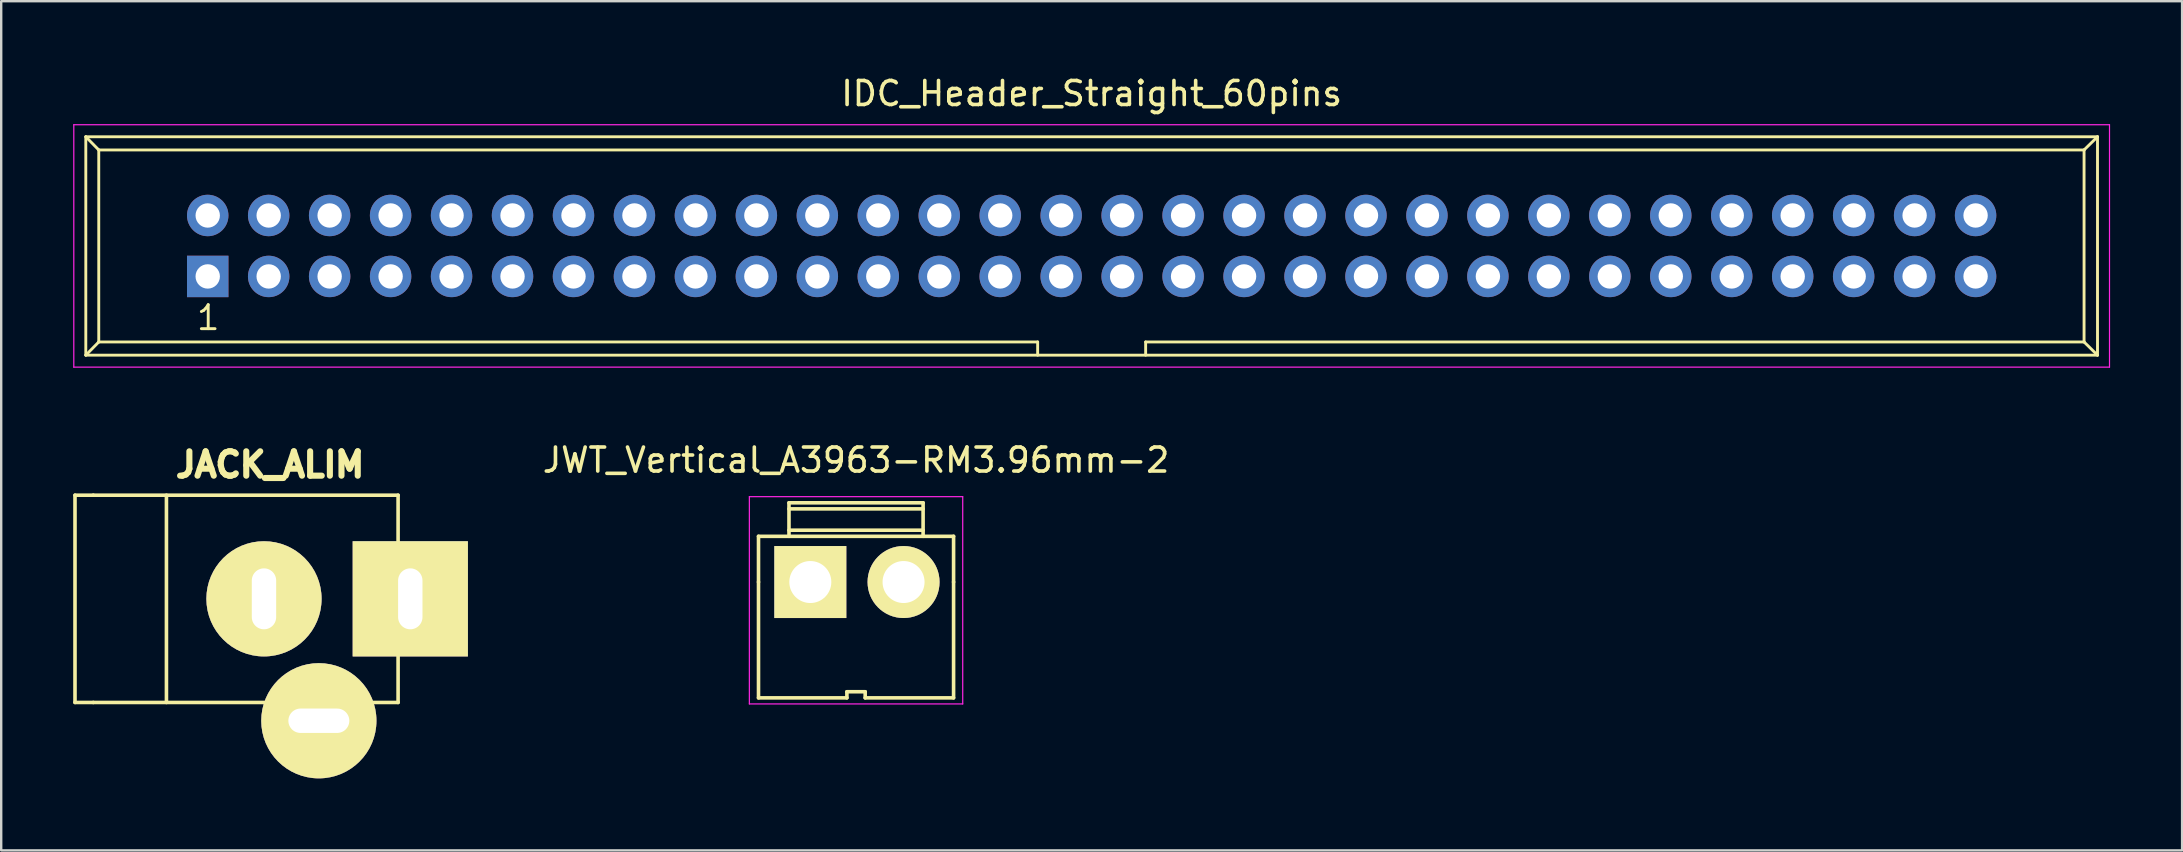
<source format=kicad_pcb>
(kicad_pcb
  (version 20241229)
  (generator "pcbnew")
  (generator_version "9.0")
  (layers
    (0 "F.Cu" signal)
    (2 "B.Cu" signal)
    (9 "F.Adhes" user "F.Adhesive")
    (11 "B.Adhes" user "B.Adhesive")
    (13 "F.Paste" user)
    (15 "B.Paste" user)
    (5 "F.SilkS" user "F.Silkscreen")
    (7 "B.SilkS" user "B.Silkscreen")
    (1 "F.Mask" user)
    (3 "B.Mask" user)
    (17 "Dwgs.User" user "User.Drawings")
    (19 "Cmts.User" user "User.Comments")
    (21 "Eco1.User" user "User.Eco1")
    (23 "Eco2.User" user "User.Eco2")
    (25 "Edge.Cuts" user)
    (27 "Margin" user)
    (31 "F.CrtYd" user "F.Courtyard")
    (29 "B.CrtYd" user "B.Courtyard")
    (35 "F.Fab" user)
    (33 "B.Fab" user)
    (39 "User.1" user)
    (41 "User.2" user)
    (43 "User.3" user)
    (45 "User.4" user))
  (footprint "JWT_Vertical_A3963-RM3.96mm-2"
    (layer "F.Cu")
    (at 30.713 21.201)
    (property "Reference" "JWT_Vertical_A3963-RM3.96mm-2" (at 1.905 -5.08 0) (layer "F.SilkS") (effects (font (size 1 1) (thickness 0.15))))
    (attr through_hole)
    (fp_line (start -2.159 -1.905) (end -2.159 0) (stroke (width 0.15) (type solid)) (layer "F.SilkS"))
    (fp_line (start -2.159 -1.905) (end 5.969 -1.905) (stroke (width 0.15) (type solid)) (layer "F.SilkS"))
    (fp_line (start -2.159 0) (end -2.159 4.826) (stroke (width 0.15) (type solid)) (layer "F.SilkS"))
    (fp_line (start -0.889 -3.302) (end 4.699 -3.302) (stroke (width 0.15) (type solid)) (layer "F.SilkS"))
    (fp_line (start -0.889 -3.048) (end 4.699 -3.048) (stroke (width 0.15) (type solid)) (layer "F.SilkS"))
    (fp_line (start -0.889 -2.159) (end 4.699 -2.159) (stroke (width 0.15) (type solid)) (layer "F.SilkS"))
    (fp_line (start -0.889 -1.905) (end -0.889 -3.302) (stroke (width 0.15) (type solid)) (layer "F.SilkS"))
    (fp_line (start 1.524 4.572) (end 2.286 4.572) (stroke (width 0.15) (type solid)) (layer "F.SilkS"))
    (fp_line (start 1.524 4.826) (end -2.159 4.826) (stroke (width 0.15) (type solid)) (layer "F.SilkS"))
    (fp_line (start 1.524 4.826) (end 1.524 4.572) (stroke (width 0.15) (type solid)) (layer "F.SilkS"))
    (fp_line (start 2.286 4.572) (end 2.286 4.826) (stroke (width 0.15) (type solid)) (layer "F.SilkS"))
    (fp_line (start 2.286 4.826) (end 5.969 4.826) (stroke (width 0.15) (type solid)) (layer "F.SilkS"))
    (fp_line (start 4.699 -1.905) (end 4.699 -3.302) (stroke (width 0.15) (type solid)) (layer "F.SilkS"))
    (fp_line (start 5.969 -1.905) (end 5.969 0) (stroke (width 0.15) (type solid)) (layer "F.SilkS"))
    (fp_line (start 5.969 4.826) (end 5.969 0) (stroke (width 0.15) (type solid)) (layer "F.SilkS"))
    (fp_line (start -2.54 -3.556) (end 6.35 -3.556) (stroke (width 0.05) (type solid)) (layer "F.CrtYd"))
    (fp_line (start -2.54 5.08) (end -2.54 -3.556) (stroke (width 0.05) (type solid)) (layer "F.CrtYd"))
    (fp_line (start 6.35 -3.556) (end 6.35 5.08) (stroke (width 0.05) (type solid)) (layer "F.CrtYd"))
    (fp_line (start 6.35 5.08) (end -2.54 5.08) (stroke (width 0.05) (type solid)) (layer "F.CrtYd"))
    (pad "1" thru_hole rect (at 0 0) (size 3 3) (drill 1.75) (layers "*.Cu" "*.Mask" "F.SilkS"))
    (pad "2" thru_hole circle (at 3.885 0) (size 3 3) (drill 1.75) (layers "*.Cu" "*.Mask" "F.SilkS")))
  (footprint "IDC_Header_Straight_60pins"
    (layer "F.Cu")
    (at 5.605 8.468)
    (property "Reference" "IDC_Header_Straight_60pins" (at 36.83 -7.62 0) (layer "F.SilkS") (effects (font (size 1 1) (thickness 0.15))))
    (attr through_hole)
    (fp_line (start -5.08 -5.82) (end -5.08 3.28) (stroke (width 0.12) (type solid)) (layer "F.SilkS"))
    (fp_line (start -5.08 -5.82) (end -4.54 -5.27) (stroke (width 0.12) (type solid)) (layer "F.SilkS"))
    (fp_line (start -5.08 -5.82) (end 78.74 -5.82) (stroke (width 0.12) (type solid)) (layer "F.SilkS"))
    (fp_line (start -5.08 3.28) (end -4.54 2.73) (stroke (width 0.12) (type solid)) (layer "F.SilkS"))
    (fp_line (start -5.08 3.28) (end 78.74 3.28) (stroke (width 0.12) (type solid)) (layer "F.SilkS"))
    (fp_line (start -4.54 -5.27) (end -4.54 2.73) (stroke (width 0.12) (type solid)) (layer "F.SilkS"))
    (fp_line (start -4.54 -5.27) (end 78.18 -5.27) (stroke (width 0.12) (type solid)) (layer "F.SilkS"))
    (fp_line (start -4.54 2.73) (end 34.58 2.73) (stroke (width 0.12) (type solid)) (layer "F.SilkS"))
    (fp_line (start 34.58 2.73) (end 34.58 3.28) (stroke (width 0.12) (type solid)) (layer "F.SilkS"))
    (fp_line (start 39.08 2.73) (end 39.08 3.28) (stroke (width 0.12) (type solid)) (layer "F.SilkS"))
    (fp_line (start 39.08 2.73) (end 78.18 2.73) (stroke (width 0.12) (type solid)) (layer "F.SilkS"))
    (fp_line (start 78.18 -5.27) (end 78.18 2.73) (stroke (width 0.12) (type solid)) (layer "F.SilkS"))
    (fp_line (start 78.74 -5.82) (end 78.18 -5.27) (stroke (width 0.12) (type solid)) (layer "F.SilkS"))
    (fp_line (start 78.74 -5.82) (end 78.74 3.28) (stroke (width 0.12) (type solid)) (layer "F.SilkS"))
    (fp_line (start 78.74 3.28) (end 78.18 2.73) (stroke (width 0.12) (type solid)) (layer "F.SilkS"))
    (fp_line (start -5.58 -6.32) (end 79.24 -6.32) (stroke (width 0.05) (type solid)) (layer "F.CrtYd"))
    (fp_line (start -5.58 3.78) (end -5.58 -6.32) (stroke (width 0.05) (type solid)) (layer "F.CrtYd"))
    (fp_line (start 79.24 -6.32) (end 79.24 3.78) (stroke (width 0.05) (type solid)) (layer "F.CrtYd"))
    (fp_line (start 79.24 3.78) (end -5.58 3.78) (stroke (width 0.05) (type solid)) (layer "F.CrtYd"))
    (fp_text user "1" (at 0.02 1.72 0) (layer "F.SilkS") (effects (font (size 1 1) (thickness 0.12))))
    (pad "1" thru_hole rect (at 0 0) (size 1.727 1.727) (drill 1.016) (layers "*.Cu" "*.Mask"))
    (pad "2" thru_hole oval (at 0 -2.54) (size 1.727 1.727) (drill 1.016) (layers "*.Cu" "*.Mask"))
    (pad "3" thru_hole oval (at 2.54 0) (size 1.727 1.727) (drill 1.016) (layers "*.Cu" "*.Mask"))
    (pad "4" thru_hole oval (at 2.54 -2.54) (size 1.727 1.727) (drill 1.016) (layers "*.Cu" "*.Mask"))
    (pad "5" thru_hole oval (at 5.08 0) (size 1.727 1.727) (drill 1.016) (layers "*.Cu" "*.Mask"))
    (pad "6" thru_hole oval (at 5.08 -2.54) (size 1.727 1.727) (drill 1.016) (layers "*.Cu" "*.Mask"))
    (pad "7" thru_hole oval (at 7.62 0) (size 1.727 1.727) (drill 1.016) (layers "*.Cu" "*.Mask"))
    (pad "8" thru_hole oval (at 7.62 -2.54) (size 1.727 1.727) (drill 1.016) (layers "*.Cu" "*.Mask"))
    (pad "9" thru_hole oval (at 10.16 0) (size 1.727 1.727) (drill 1.016) (layers "*.Cu" "*.Mask"))
    (pad "10" thru_hole oval (at 10.16 -2.54) (size 1.727 1.727) (drill 1.016) (layers "*.Cu" "*.Mask"))
    (pad "11" thru_hole oval (at 12.7 0) (size 1.727 1.727) (drill 1.016) (layers "*.Cu" "*.Mask"))
    (pad "12" thru_hole oval (at 12.7 -2.54) (size 1.727 1.727) (drill 1.016) (layers "*.Cu" "*.Mask"))
    (pad "13" thru_hole oval (at 15.24 0) (size 1.727 1.727) (drill 1.016) (layers "*.Cu" "*.Mask"))
    (pad "14" thru_hole oval (at 15.24 -2.54) (size 1.727 1.727) (drill 1.016) (layers "*.Cu" "*.Mask"))
    (pad "15" thru_hole oval (at 17.78 0) (size 1.727 1.727) (drill 1.016) (layers "*.Cu" "*.Mask"))
    (pad "16" thru_hole oval (at 17.78 -2.54) (size 1.727 1.727) (drill 1.016) (layers "*.Cu" "*.Mask"))
    (pad "17" thru_hole oval (at 20.32 0) (size 1.727 1.727) (drill 1.016) (layers "*.Cu" "*.Mask"))
    (pad "18" thru_hole oval (at 20.32 -2.54) (size 1.727 1.727) (drill 1.016) (layers "*.Cu" "*.Mask"))
    (pad "19" thru_hole oval (at 22.86 0) (size 1.727 1.727) (drill 1.016) (layers "*.Cu" "*.Mask"))
    (pad "20" thru_hole oval (at 22.86 -2.54) (size 1.727 1.727) (drill 1.016) (layers "*.Cu" "*.Mask"))
    (pad "21" thru_hole oval (at 25.4 0) (size 1.727 1.727) (drill 1.016) (layers "*.Cu" "*.Mask"))
    (pad "22" thru_hole oval (at 25.4 -2.54) (size 1.727 1.727) (drill 1.016) (layers "*.Cu" "*.Mask"))
    (pad "23" thru_hole oval (at 27.94 0) (size 1.727 1.727) (drill 1.016) (layers "*.Cu" "*.Mask"))
    (pad "24" thru_hole oval (at 27.94 -2.54) (size 1.727 1.727) (drill 1.016) (layers "*.Cu" "*.Mask"))
    (pad "25" thru_hole oval (at 30.48 0) (size 1.727 1.727) (drill 1.016) (layers "*.Cu" "*.Mask"))
    (pad "26" thru_hole oval (at 30.48 -2.54) (size 1.727 1.727) (drill 1.016) (layers "*.Cu" "*.Mask"))
    (pad "27" thru_hole oval (at 33.02 0) (size 1.727 1.727) (drill 1.016) (layers "*.Cu" "*.Mask"))
    (pad "28" thru_hole oval (at 33.02 -2.54) (size 1.727 1.727) (drill 1.016) (layers "*.Cu" "*.Mask"))
    (pad "29" thru_hole oval (at 35.56 0) (size 1.727 1.727) (drill 1.016) (layers "*.Cu" "*.Mask"))
    (pad "30" thru_hole oval (at 35.56 -2.54) (size 1.727 1.727) (drill 1.016) (layers "*.Cu" "*.Mask"))
    (pad "31" thru_hole oval (at 38.1 0) (size 1.727 1.727) (drill 1.016) (layers "*.Cu" "*.Mask"))
    (pad "32" thru_hole oval (at 38.1 -2.54) (size 1.727 1.727) (drill 1.016) (layers "*.Cu" "*.Mask"))
    (pad "33" thru_hole oval (at 40.64 0) (size 1.727 1.727) (drill 1.016) (layers "*.Cu" "*.Mask"))
    (pad "34" thru_hole oval (at 40.64 -2.54) (size 1.727 1.727) (drill 1.016) (layers "*.Cu" "*.Mask"))
    (pad "35" thru_hole oval (at 43.18 0) (size 1.727 1.727) (drill 1.016) (layers "*.Cu" "*.Mask"))
    (pad "36" thru_hole oval (at 43.18 -2.54) (size 1.727 1.727) (drill 1.016) (layers "*.Cu" "*.Mask"))
    (pad "37" thru_hole oval (at 45.72 0) (size 1.727 1.727) (drill 1.016) (layers "*.Cu" "*.Mask"))
    (pad "38" thru_hole oval (at 45.72 -2.54) (size 1.727 1.727) (drill 1.016) (layers "*.Cu" "*.Mask"))
    (pad "39" thru_hole oval (at 48.26 0) (size 1.727 1.727) (drill 1.016) (layers "*.Cu" "*.Mask"))
    (pad "40" thru_hole oval (at 48.26 -2.54) (size 1.727 1.727) (drill 1.016) (layers "*.Cu" "*.Mask"))
    (pad "41" thru_hole oval (at 50.8 0) (size 1.727 1.727) (drill 1.016) (layers "*.Cu" "*.Mask"))
    (pad "42" thru_hole oval (at 50.8 -2.54) (size 1.727 1.727) (drill 1.016) (layers "*.Cu" "*.Mask"))
    (pad "43" thru_hole oval (at 53.34 0) (size 1.727 1.727) (drill 1.016) (layers "*.Cu" "*.Mask"))
    (pad "44" thru_hole oval (at 53.34 -2.54) (size 1.727 1.727) (drill 1.016) (layers "*.Cu" "*.Mask"))
    (pad "45" thru_hole oval (at 55.88 0) (size 1.727 1.727) (drill 1.016) (layers "*.Cu" "*.Mask"))
    (pad "46" thru_hole oval (at 55.88 -2.54) (size 1.727 1.727) (drill 1.016) (layers "*.Cu" "*.Mask"))
    (pad "47" thru_hole oval (at 58.42 0) (size 1.727 1.727) (drill 1.016) (layers "*.Cu" "*.Mask"))
    (pad "48" thru_hole oval (at 58.42 -2.54) (size 1.727 1.727) (drill 1.016) (layers "*.Cu" "*.Mask"))
    (pad "49" thru_hole oval (at 60.96 0) (size 1.727 1.727) (drill 1.016) (layers "*.Cu" "*.Mask"))
    (pad "50" thru_hole oval (at 60.96 -2.54) (size 1.727 1.727) (drill 1.016) (layers "*.Cu" "*.Mask"))
    (pad "51" thru_hole oval (at 63.5 0) (size 1.727 1.727) (drill 1.016) (layers "*.Cu" "*.Mask"))
    (pad "52" thru_hole oval (at 63.5 -2.54) (size 1.727 1.727) (drill 1.016) (layers "*.Cu" "*.Mask"))
    (pad "53" thru_hole oval (at 66.04 0) (size 1.727 1.727) (drill 1.016) (layers "*.Cu" "*.Mask"))
    (pad "54" thru_hole oval (at 66.04 -2.54) (size 1.727 1.727) (drill 1.016) (layers "*.Cu" "*.Mask"))
    (pad "55" thru_hole oval (at 68.58 0) (size 1.727 1.727) (drill 1.016) (layers "*.Cu" "*.Mask"))
    (pad "56" thru_hole oval (at 68.58 -2.54) (size 1.727 1.727) (drill 1.016) (layers "*.Cu" "*.Mask"))
    (pad "57" thru_hole oval (at 71.12 0) (size 1.727 1.727) (drill 1.016) (layers "*.Cu" "*.Mask"))
    (pad "58" thru_hole oval (at 71.12 -2.54) (size 1.727 1.727) (drill 1.016) (layers "*.Cu" "*.Mask"))
    (pad "59" thru_hole oval (at 73.66 0) (size 1.727 1.727) (drill 1.016) (layers "*.Cu" "*.Mask"))
    (pad "60" thru_hole oval (at 73.66 -2.54) (size 1.727 1.727) (drill 1.016) (layers "*.Cu" "*.Mask")))
  (footprint "JACK_ALIM"
    (layer "F.Cu")
    (at 7.949 21.901)
    (property "Reference" "JACK_ALIM" (at 0.254 -5.588 0) (layer "F.SilkS") (effects (font (size 1.016 1.016) (thickness 0.254))))
    (attr through_hole)
    (fp_line (start -7.874 -4.318) (end -7.874 4.318) (stroke (width 0.15) (type solid)) (layer "F.SilkS"))
    (fp_line (start -7.874 4.318) (end -7.112 4.318) (stroke (width 0.15) (type solid)) (layer "F.SilkS"))
    (fp_line (start -7.112 -4.318) (end -7.874 -4.318) (stroke (width 0.15) (type solid)) (layer "F.SilkS"))
    (fp_line (start -7.112 -4.318) (end 5.588 -4.318) (stroke (width 0.15) (type solid)) (layer "F.SilkS"))
    (fp_line (start -7.112 4.318) (end 5.588 4.318) (stroke (width 0.15) (type solid)) (layer "F.SilkS"))
    (fp_line (start -4.064 -4.318) (end -4.064 4.318) (stroke (width 0.15) (type solid)) (layer "F.SilkS"))
    (fp_line (start 5.588 -4.318) (end 5.588 4.318) (stroke (width 0.15) (type solid)) (layer "F.SilkS"))
    (pad "1" thru_hole rect (at 6.096 0) (size 4.801 4.801) (drill oval 1.016 2.54) (layers "*.Cu" "*.Mask" "F.SilkS"))
    (pad "2" thru_hole circle (at 0 0) (size 4.801 4.801) (drill oval 1.016 2.54) (layers "*.Cu" "*.Mask" "F.SilkS"))
    (pad "3" thru_hole circle (at 2.286 5.08) (size 4.801 4.801) (drill oval 2.54 1.016) (layers "*.Cu" "*.Mask" "F.SilkS")))
  (gr_rect
    (start -3 -3)
    (end 87.87 32.382)
    (stroke (width 0.1) (type default))
    (fill no)
    (layer "Edge.Cuts")))
</source>
